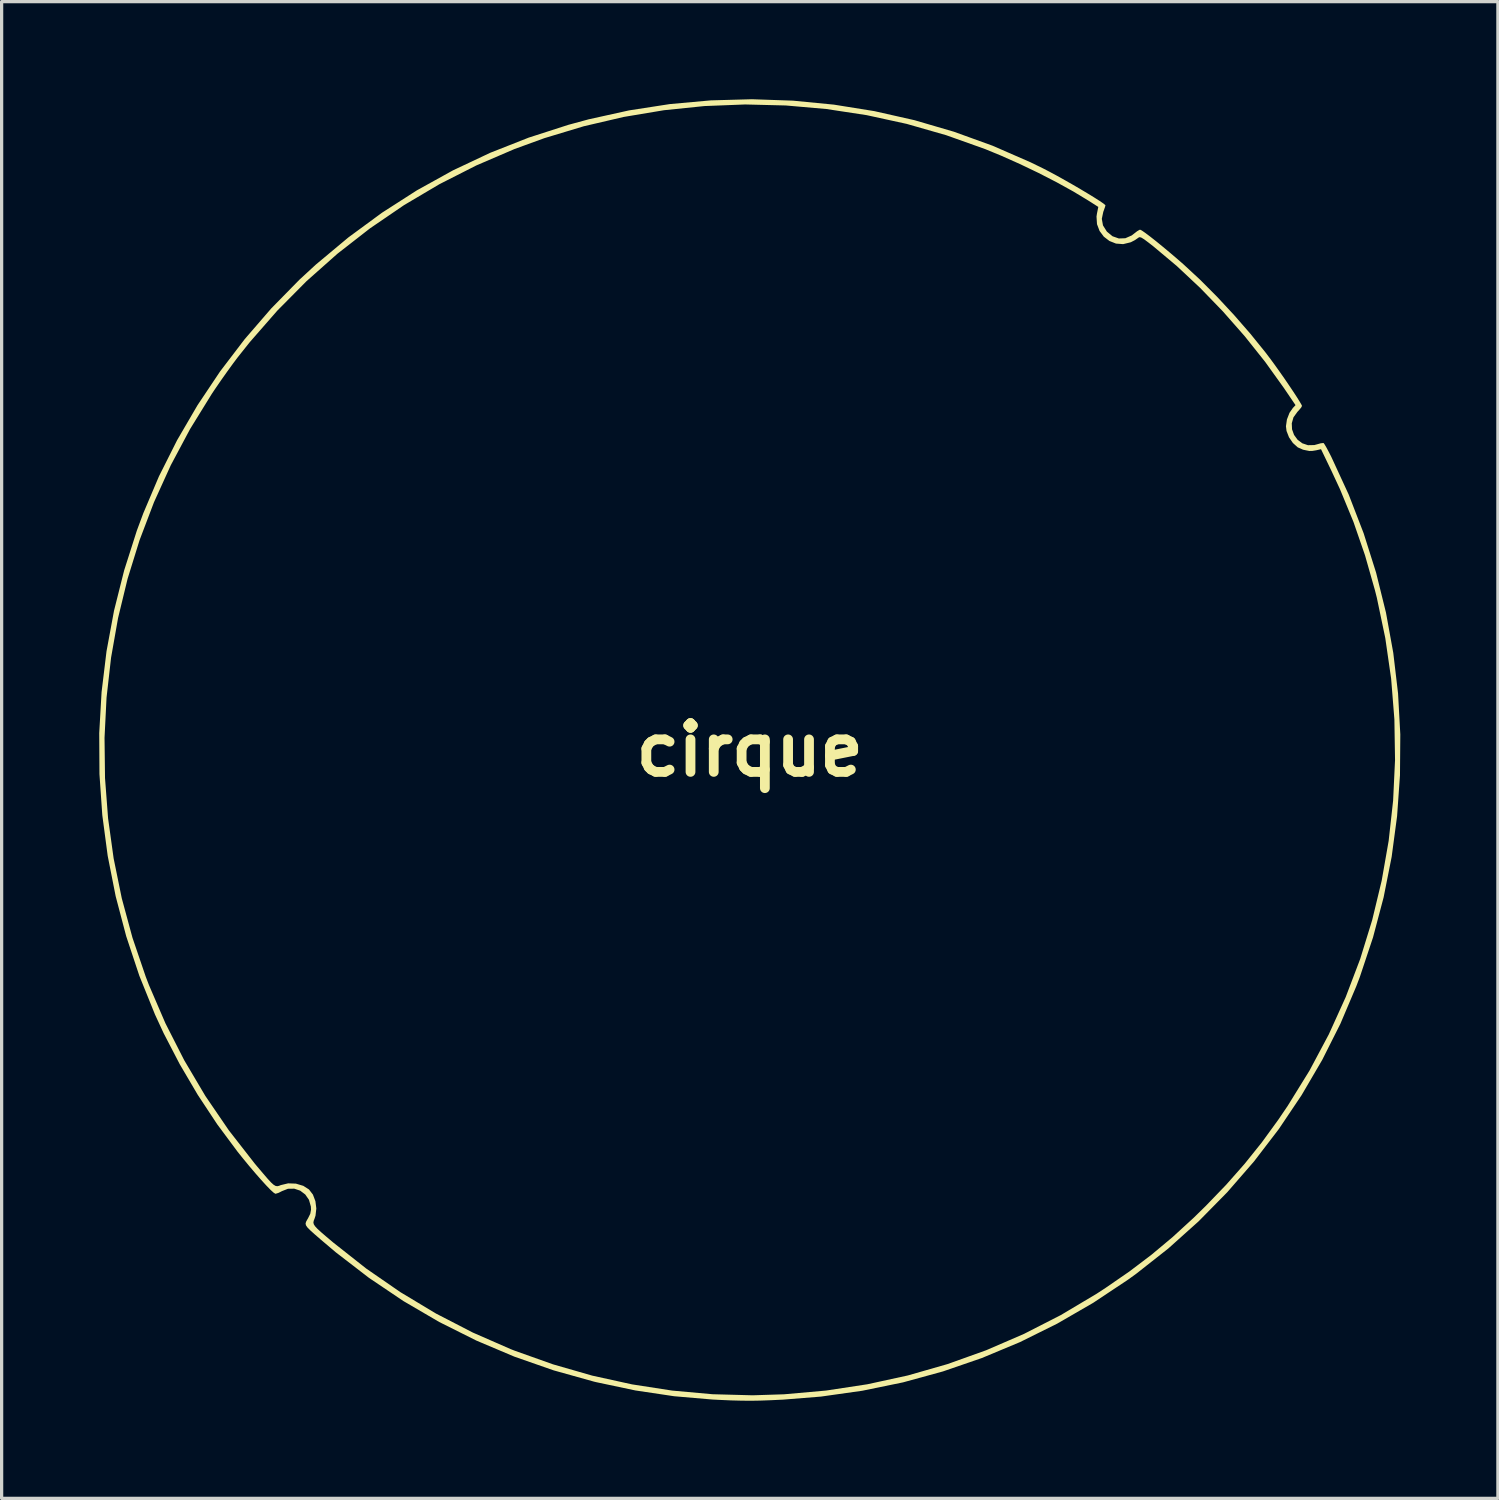
<source format=kicad_pcb>
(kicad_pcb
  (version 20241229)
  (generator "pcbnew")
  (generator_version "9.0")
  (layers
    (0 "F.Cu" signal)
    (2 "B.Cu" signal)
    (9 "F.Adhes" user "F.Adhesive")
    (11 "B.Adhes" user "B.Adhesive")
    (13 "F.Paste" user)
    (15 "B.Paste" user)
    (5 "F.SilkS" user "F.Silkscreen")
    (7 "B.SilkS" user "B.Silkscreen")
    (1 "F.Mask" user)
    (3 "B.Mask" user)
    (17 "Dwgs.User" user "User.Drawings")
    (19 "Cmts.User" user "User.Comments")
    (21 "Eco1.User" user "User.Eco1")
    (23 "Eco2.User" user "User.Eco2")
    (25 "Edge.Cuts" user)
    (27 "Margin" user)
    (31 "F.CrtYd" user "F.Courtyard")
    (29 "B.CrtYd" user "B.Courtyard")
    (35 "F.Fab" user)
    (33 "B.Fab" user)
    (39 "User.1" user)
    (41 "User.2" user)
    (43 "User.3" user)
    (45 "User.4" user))
  (footprint "cirque"
    (layer "F.Cu")
    (at 19.996 19.998)
    (property "Reference" "cirque" (at 0 0 0) (layer "F.SilkS") (effects (font (size 1.5 1.5) (thickness 0.3))))
    (attr board_only exclude_from_pos_files exclude_from_bom)
    (fp_poly (pts (xy 1.329 -19.954) (xy 2.585 -19.832) (xy 3.83 -19.632) (xy 5.062 -19.354) (xy 6.275 -18.999) (xy 7.466 -18.568) (xy 8.63 -18.06) (xy 9.013 -17.873) (xy 9.212 -17.77) (xy 9.437 -17.649) (xy 9.678 -17.514) (xy 9.925 -17.374) (xy 10.166 -17.233) (xy 10.392 -17.098) (xy 10.591 -16.976) (xy 10.754 -16.872) (xy 10.87 -16.793) (xy 10.928 -16.744) (xy 10.933 -16.736) (xy 10.919 -16.685) (xy 10.885 -16.587) (xy 10.866 -16.536) (xy 10.821 -16.321) (xy 10.857 -16.12) (xy 10.974 -15.933) (xy 10.978 -15.928) (xy 11.15 -15.786) (xy 11.344 -15.718) (xy 11.544 -15.725) (xy 11.738 -15.81) (xy 11.812 -15.867) (xy 11.907 -15.941) (xy 11.981 -15.984) (xy 11.999 -15.988) (xy 12.052 -15.962) (xy 12.157 -15.889) (xy 12.306 -15.777) (xy 12.489 -15.633) (xy 12.696 -15.464) (xy 12.919 -15.278) (xy 13.149 -15.082) (xy 13.338 -14.917) (xy 13.844 -14.448) (xy 14.366 -13.924) (xy 14.886 -13.365) (xy 15.386 -12.791) (xy 15.847 -12.221) (xy 16.014 -12.001) (xy 16.145 -11.822) (xy 16.288 -11.621) (xy 16.436 -11.41) (xy 16.579 -11.2) (xy 16.712 -11.002) (xy 16.825 -10.828) (xy 16.911 -10.69) (xy 16.963 -10.599) (xy 16.974 -10.57) (xy 16.948 -10.52) (xy 16.879 -10.437) (xy 16.834 -10.389) (xy 16.712 -10.22) (xy 16.66 -10.037) (xy 16.668 -9.852) (xy 16.73 -9.68) (xy 16.837 -9.533) (xy 16.982 -9.423) (xy 17.157 -9.364) (xy 17.353 -9.368) (xy 17.439 -9.391) (xy 17.549 -9.422) (xy 17.627 -9.431) (xy 17.641 -9.427) (xy 17.672 -9.383) (xy 17.731 -9.282) (xy 17.807 -9.139) (xy 17.874 -9.008) (xy 18.411 -7.843) (xy 18.87 -6.654) (xy 19.252 -5.445) (xy 19.555 -4.219) (xy 19.78 -2.98) (xy 19.927 -1.731) (xy 19.996 -0.475) (xy 19.986 0.782) (xy 19.897 2.039) (xy 19.73 3.29) (xy 19.483 4.534) (xy 19.157 5.766) (xy 18.752 6.982) (xy 18.641 7.273) (xy 18.155 8.419) (xy 17.594 9.534) (xy 16.962 10.614) (xy 16.263 11.655) (xy 15.5 12.651) (xy 14.677 13.598) (xy 13.797 14.492) (xy 12.863 15.329) (xy 11.88 16.103) (xy 11.631 16.283) (xy 10.556 16.998) (xy 9.447 17.639) (xy 8.306 18.205) (xy 7.135 18.694) (xy 5.936 19.107) (xy 4.71 19.443) (xy 3.459 19.7) (xy 2.186 19.88) (xy 1.028 19.973) (xy 0.652 19.991) (xy 0.327 20.003) (xy 0.03 20.008) (xy -0.263 20.005) (xy -0.578 19.997) (xy -0.938 19.981) (xy -1.151 19.97) (xy -2.324 19.869) (xy -3.516 19.691) (xy -4.722 19.436) (xy -4.792 19.419) (xy -6.03 19.073) (xy -7.236 18.652) (xy -8.408 18.156) (xy -9.545 17.587) (xy -10.645 16.944) (xy -11.705 16.23) (xy -12.726 15.444) (xy -13.193 15.048) (xy -13.381 14.885) (xy -13.514 14.765) (xy -13.599 14.678) (xy -13.643 14.612) (xy -13.653 14.556) (xy -13.635 14.499) (xy -13.596 14.429) (xy -13.578 14.4) (xy -13.509 14.259) (xy -13.486 14.136) (xy -13.491 14.037) (xy -13.549 13.832) (xy -13.664 13.667) (xy -13.819 13.55) (xy -14.001 13.489) (xy -14.194 13.492) (xy -14.376 13.563) (xy -14.483 13.617) (xy -14.571 13.645) (xy -14.582 13.645) (xy -14.633 13.614) (xy -14.728 13.528) (xy -14.859 13.393) (xy -15.018 13.219) (xy -15.197 13.015) (xy -15.39 12.788) (xy -15.588 12.547) (xy -15.742 12.355) (xy -16.371 11.508) (xy -16.968 10.604) (xy -17.521 9.664) (xy -18.016 8.711) (xy -18.282 8.136) (xy -18.764 6.943) (xy -19.167 5.729) (xy -19.491 4.499) (xy -19.736 3.257) (xy -19.902 2.005) (xy -19.989 0.746) (xy -19.995 -0.37) (xy -19.833 -0.37) (xy -19.818 0.868) (xy -19.724 2.105) (xy -19.553 3.338) (xy -19.303 4.563) (xy -18.974 5.776) (xy -18.566 6.974) (xy -18.466 7.234) (xy -17.961 8.406) (xy -17.383 9.542) (xy -16.733 10.64) (xy -16.011 11.697) (xy -15.22 12.712) (xy -15.144 12.803) (xy -14.96 13.02) (xy -14.821 13.182) (xy -14.716 13.296) (xy -14.638 13.367) (xy -14.577 13.404) (xy -14.525 13.413) (xy -14.471 13.402) (xy -14.414 13.379) (xy -14.189 13.325) (xy -13.95 13.334) (xy -13.723 13.402) (xy -13.549 13.513) (xy -13.428 13.67) (xy -13.351 13.874) (xy -13.323 14.098) (xy -13.348 14.319) (xy -13.379 14.414) (xy -13.403 14.475) (xy -13.413 14.528) (xy -13.402 14.581) (xy -13.363 14.643) (xy -13.289 14.723) (xy -13.173 14.829) (xy -13.007 14.972) (xy -12.803 15.144) (xy -11.792 15.942) (xy -10.738 16.67) (xy -9.645 17.327) (xy -8.514 17.911) (xy -7.346 18.422) (xy -7.234 18.466) (xy -6.049 18.888) (xy -4.843 19.235) (xy -3.62 19.504) (xy -2.386 19.695) (xy -1.147 19.807) (xy 0.09 19.84) (xy 1.054 19.809) (xy 2.346 19.694) (xy 3.615 19.501) (xy 4.859 19.23) (xy 6.076 18.881) (xy 7.267 18.455) (xy 8.428 17.953) (xy 9.559 17.375) (xy 10.658 16.721) (xy 10.941 16.536) (xy 11.673 16.031) (xy 12.351 15.517) (xy 13 14.974) (xy 13.643 14.385) (xy 14.018 14.018) (xy 14.643 13.369) (xy 15.21 12.726) (xy 15.738 12.068) (xy 16.246 11.369) (xy 16.536 10.941) (xy 17.205 9.859) (xy 17.799 8.744) (xy 18.318 7.599) (xy 18.763 6.428) (xy 19.131 5.235) (xy 19.423 4.024) (xy 19.638 2.797) (xy 19.775 1.559) (xy 19.834 0.313) (xy 19.814 -0.937) (xy 19.714 -2.188) (xy 19.534 -3.436) (xy 19.274 -4.677) (xy 19.215 -4.91) (xy 18.911 -5.979) (xy 18.557 -7.003) (xy 18.143 -8.008) (xy 17.879 -8.576) (xy 17.559 -9.241) (xy 17.41 -9.207) (xy 17.291 -9.188) (xy 17.197 -9.186) (xy 17.189 -9.188) (xy 17.094 -9.207) (xy 17.008 -9.225) (xy 16.844 -9.297) (xy 16.695 -9.431) (xy 16.575 -9.606) (xy 16.499 -9.801) (xy 16.481 -9.946) (xy 16.511 -10.155) (xy 16.59 -10.359) (xy 16.692 -10.506) (xy 16.775 -10.595) (xy 16.417 -11.123) (xy 15.841 -11.926) (xy 15.212 -12.715) (xy 14.542 -13.477) (xy 13.843 -14.199) (xy 13.127 -14.87) (xy 12.407 -15.474) (xy 12.256 -15.592) (xy 12.125 -15.69) (xy 12.04 -15.743) (xy 11.986 -15.759) (xy 11.945 -15.743) (xy 11.925 -15.727) (xy 11.84 -15.668) (xy 11.724 -15.608) (xy 11.703 -15.599) (xy 11.476 -15.544) (xy 11.256 -15.561) (xy 11.055 -15.641) (xy 10.883 -15.773) (xy 10.752 -15.949) (xy 10.673 -16.158) (xy 10.658 -16.391) (xy 10.672 -16.485) (xy 10.713 -16.688) (xy 10.402 -16.886) (xy 9.947 -17.161) (xy 9.432 -17.446) (xy 8.876 -17.732) (xy 8.299 -18.008) (xy 7.72 -18.266) (xy 7.234 -18.466) (xy 6.038 -18.892) (xy 4.823 -19.24) (xy 3.595 -19.508) (xy 2.355 -19.697) (xy 1.108 -19.806) (xy -0.142 -19.837) (xy -1.392 -19.788) (xy -2.638 -19.66) (xy -3.876 -19.453) (xy -5.102 -19.167) (xy -6.314 -18.801) (xy -7.234 -18.466) (xy -8.406 -17.962) (xy -9.538 -17.387) (xy -10.628 -16.742) (xy -11.674 -16.028) (xy -12.674 -15.249) (xy -13.624 -14.406) (xy -14.522 -13.5) (xy -15.366 -12.534) (xy -15.734 -12.072) (xy -15.888 -11.867) (xy -16.069 -11.617) (xy -16.259 -11.348) (xy -16.441 -11.083) (xy -16.536 -10.941) (xy -17.203 -9.861) (xy -17.796 -8.749) (xy -18.314 -7.608) (xy -18.757 -6.442) (xy -19.125 -5.255) (xy -19.417 -4.051) (xy -19.632 -2.833) (xy -19.771 -1.605) (xy -19.833 -0.37) (xy -19.995 -0.37) (xy -19.996 -0.514) (xy -19.924 -1.774) (xy -19.772 -3.03) (xy -19.541 -4.278) (xy -19.23 -5.515) (xy -18.84 -6.738) (xy -18.641 -7.273) (xy -18.16 -8.407) (xy -17.603 -9.516) (xy -16.975 -10.593) (xy -16.281 -11.631) (xy -15.524 -12.624) (xy -14.71 -13.566) (xy -13.843 -14.45) (xy -13.337 -14.916) (xy -12.338 -15.75) (xy -11.302 -16.511) (xy -10.231 -17.198) (xy -9.122 -17.812) (xy -7.977 -18.352) (xy -6.795 -18.818) (xy -5.576 -19.211) (xy -4.953 -19.38) (xy -3.71 -19.655) (xy -2.456 -19.849) (xy -1.196 -19.963) (xy 0.067 -19.998)) (stroke (width 0) (type solid)) (fill yes) (layer "F.SilkS")))
  (gr_rect
    (start -3 -3)
    (end 42.992 43.006)
    (stroke (width 0.1) (type default))
    (fill no)
    (layer "Edge.Cuts")))
</source>
